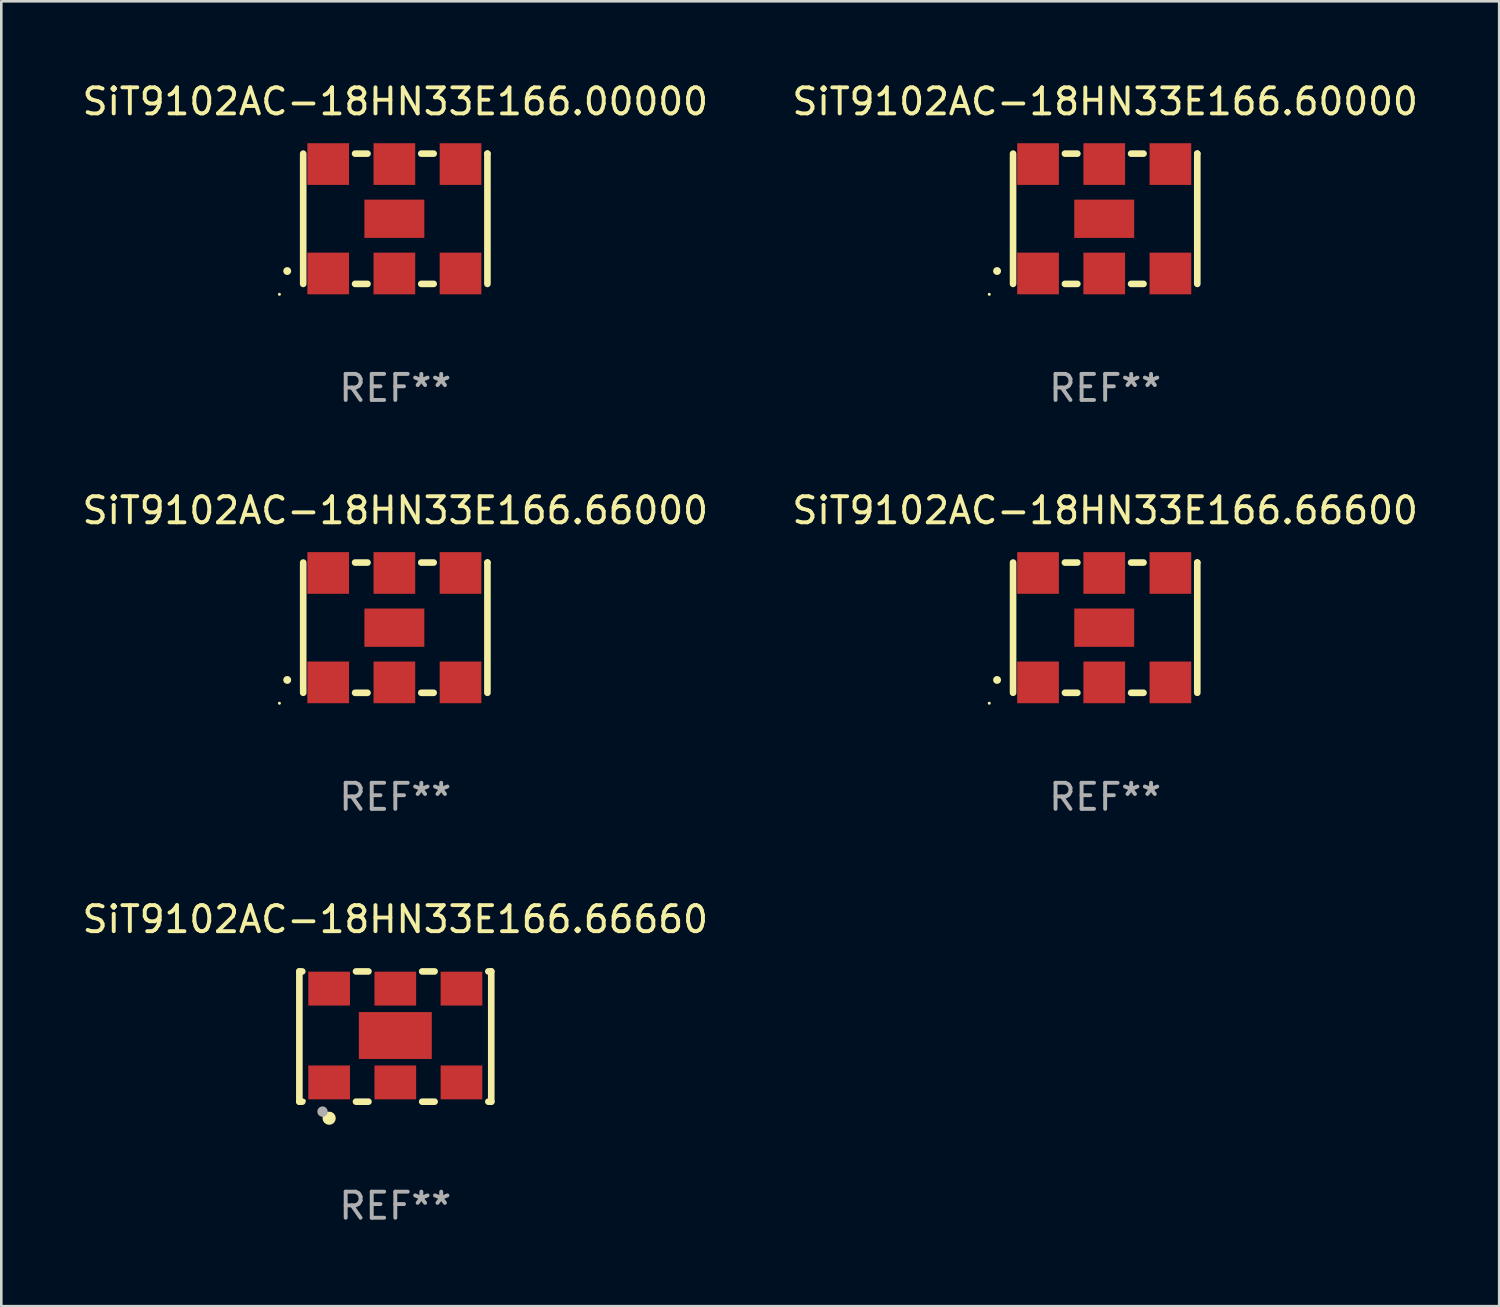
<source format=kicad_pcb>
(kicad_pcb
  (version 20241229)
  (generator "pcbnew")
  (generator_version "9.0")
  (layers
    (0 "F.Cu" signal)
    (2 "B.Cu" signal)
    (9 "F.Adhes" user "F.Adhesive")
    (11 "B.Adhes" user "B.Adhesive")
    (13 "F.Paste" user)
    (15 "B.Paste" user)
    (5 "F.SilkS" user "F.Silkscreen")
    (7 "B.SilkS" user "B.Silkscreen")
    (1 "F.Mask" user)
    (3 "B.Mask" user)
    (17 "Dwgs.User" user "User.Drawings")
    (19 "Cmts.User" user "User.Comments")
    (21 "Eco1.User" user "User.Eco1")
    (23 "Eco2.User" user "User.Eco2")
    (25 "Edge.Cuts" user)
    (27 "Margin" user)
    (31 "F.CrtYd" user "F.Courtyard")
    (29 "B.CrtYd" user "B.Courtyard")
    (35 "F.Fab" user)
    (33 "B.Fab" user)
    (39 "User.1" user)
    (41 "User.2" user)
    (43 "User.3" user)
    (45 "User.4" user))
  (footprint "SiT9102AC-18HN33E166.66660"
    (layer "F.Cu")
    (at 12.125 36.741)
    (property "Reference" "SiT9102AC-18HN33E166.66660" (at 0 -4.5 0) (layer "F.SilkS") (effects (font (size 1 1) (thickness 0.15))))
    (attr through_hole)
    (fp_line (start -3.683 -2.5) (end -3.571 -2.5) (stroke (width 0.254) (type solid)) (layer "F.SilkS"))
    (fp_line (start -3.683 2.5) (end -3.683 -2.5) (stroke (width 0.254) (type solid)) (layer "F.SilkS"))
    (fp_line (start -3.683 2.5) (end -3.571 2.5) (stroke (width 0.254) (type solid)) (layer "F.SilkS"))
    (fp_line (start -1.509 -2.5) (end -1.031 -2.5) (stroke (width 0.254) (type solid)) (layer "F.SilkS"))
    (fp_line (start -1.509 2.5) (end -1.031 2.5) (stroke (width 0.254) (type solid)) (layer "F.SilkS"))
    (fp_line (start 1.031 -2.5) (end 1.509 -2.5) (stroke (width 0.254) (type solid)) (layer "F.SilkS"))
    (fp_line (start 1.031 2.5) (end 1.509 2.5) (stroke (width 0.254) (type solid)) (layer "F.SilkS"))
    (fp_line (start 3.571 -2.5) (end 3.683 -2.5) (stroke (width 0.254) (type solid)) (layer "F.SilkS"))
    (fp_line (start 3.571 2.5) (end 3.683 2.5) (stroke (width 0.254) (type solid)) (layer "F.SilkS"))
    (fp_line (start 3.683 2.5) (end 3.683 -2.5) (stroke (width 0.254) (type solid)) (layer "F.SilkS"))
    (fp_circle (center -3.5 2.46) (end -3.47 2.46) (stroke (width 0.06) (type solid)) (fill no) (layer "F.SilkS"))
    (fp_circle (center -2.54 3.135) (end -2.413 3.135) (stroke (width 0.254) (type solid)) (fill no) (layer "F.SilkS"))
    (fp_circle (center -2.794 2.881) (end -2.694 2.881) (stroke (width 0.2) (type solid)) (fill no) (layer "F.Fab"))
    (fp_text user "REF**" (at 0 6.5 0) (layer "F.Fab") (effects (font (size 1 1) (thickness 0.15))))
    (pad "1" smd rect (at -2.54 1.76) (size 1.6 1.3) (layers "F.Cu" "F.Mask" "F.Paste"))
    (pad "2" smd rect (at 0 1.76) (size 1.6 1.3) (layers "F.Cu" "F.Mask" "F.Paste"))
    (pad "3" smd rect (at 2.54 1.76) (size 1.6 1.3) (layers "F.Cu" "F.Mask" "F.Paste"))
    (pad "4" smd rect (at 2.54 -1.84) (size 1.6 1.3) (layers "F.Cu" "F.Mask" "F.Paste"))
    (pad "5" smd rect (at 0 -1.84) (size 1.6 1.3) (layers "F.Cu" "F.Mask" "F.Paste"))
    (pad "6" smd rect (at -2.54 -1.84) (size 1.6 1.3) (layers "F.Cu" "F.Mask" "F.Paste"))
    (pad "7" smd rect (at 0 -0.04) (size 2.8 1.8) (layers "F.Cu" "F.Mask" "F.Paste")))
  (footprint "SiT9102AC-18HN33E166.66600"
    (layer "F.Cu")
    (at 39.375 21.045)
    (property "Reference" "SiT9102AC-18HN33E166.66600" (at 0 -4.5 0) (layer "F.SilkS") (effects (font (size 1 1) (thickness 0.15))))
    (attr through_hole)
    (fp_line (start -3.536 -2.5) (end -3.536 2.5) (stroke (width 0.254) (type solid)) (layer "F.SilkS"))
    (fp_line (start -1.544 2.5) (end -1.067 2.5) (stroke (width 0.254) (type solid)) (layer "F.SilkS"))
    (fp_line (start -1.067 -2.5) (end -1.544 -2.5) (stroke (width 0.254) (type solid)) (layer "F.SilkS"))
    (fp_line (start 0.996 2.5) (end 1.473 2.5) (stroke (width 0.254) (type solid)) (layer "F.SilkS"))
    (fp_line (start 1.473 -2.5) (end 0.996 -2.5) (stroke (width 0.254) (type solid)) (layer "F.SilkS"))
    (fp_line (start 3.536 -2.5) (end 3.536 -2.5) (stroke (width 0.254) (type solid)) (layer "F.SilkS"))
    (fp_line (start 3.536 2.5) (end 3.536 -2.5) (stroke (width 0.254) (type solid)) (layer "F.SilkS"))
    (fp_arc (start -4.150432 2.006604) (mid -4.149162 2.006599) (end -4.147892 2.006604) (stroke (width 0.3) (type solid)) (layer "F.SilkS"))
    (fp_circle (center -4.449 2.9) (end -4.419 2.9) (stroke (width 0.06) (type solid)) (fill no) (layer "F.SilkS"))
    (fp_text user "REF**" (at 0 6.5 0) (layer "F.Fab") (effects (font (size 1 1) (thickness 0.15))))
    (pad "1" smd rect (at -2.576 2.1) (size 1.6 1.6) (layers "F.Cu" "F.Mask" "F.Paste"))
    (pad "2" smd rect (at -0.036 2.1) (size 1.6 1.6) (layers "F.Cu" "F.Mask" "F.Paste"))
    (pad "3" smd rect (at 2.504 2.1) (size 1.6 1.6) (layers "F.Cu" "F.Mask" "F.Paste"))
    (pad "4" smd rect (at 2.504 -2.1) (size 1.6 1.6) (layers "F.Cu" "F.Mask" "F.Paste"))
    (pad "5" smd rect (at -0.036 -2.1) (size 1.6 1.6) (layers "F.Cu" "F.Mask" "F.Paste"))
    (pad "6" smd rect (at -2.576 -2.1) (size 1.6 1.6) (layers "F.Cu" "F.Mask" "F.Paste"))
    (pad "7" smd rect (at -0.036 0) (size 2.3 1.47) (layers "F.Cu" "F.Mask" "F.Paste")))
  (footprint "SiT9102AC-18HN33E166.00000"
    (layer "F.Cu")
    (at 12.125 5.348)
    (property "Reference" "SiT9102AC-18HN33E166.00000" (at 0 -4.5 0) (layer "F.SilkS") (effects (font (size 1 1) (thickness 0.15))))
    (attr through_hole)
    (fp_line (start -3.536 -2.5) (end -3.536 2.5) (stroke (width 0.254) (type solid)) (layer "F.SilkS"))
    (fp_line (start -1.544 2.5) (end -1.067 2.5) (stroke (width 0.254) (type solid)) (layer "F.SilkS"))
    (fp_line (start -1.067 -2.5) (end -1.544 -2.5) (stroke (width 0.254) (type solid)) (layer "F.SilkS"))
    (fp_line (start 0.996 2.5) (end 1.473 2.5) (stroke (width 0.254) (type solid)) (layer "F.SilkS"))
    (fp_line (start 1.473 -2.5) (end 0.996 -2.5) (stroke (width 0.254) (type solid)) (layer "F.SilkS"))
    (fp_line (start 3.536 -2.5) (end 3.536 -2.5) (stroke (width 0.254) (type solid)) (layer "F.SilkS"))
    (fp_line (start 3.536 2.5) (end 3.536 -2.5) (stroke (width 0.254) (type solid)) (layer "F.SilkS"))
    (fp_arc (start -4.150432 2.006604) (mid -4.149162 2.006599) (end -4.147892 2.006604) (stroke (width 0.3) (type solid)) (layer "F.SilkS"))
    (fp_circle (center -4.449 2.9) (end -4.419 2.9) (stroke (width 0.06) (type solid)) (fill no) (layer "F.SilkS"))
    (fp_text user "REF**" (at 0 6.5 0) (layer "F.Fab") (effects (font (size 1 1) (thickness 0.15))))
    (pad "1" smd rect (at -2.576 2.1) (size 1.6 1.6) (layers "F.Cu" "F.Mask" "F.Paste"))
    (pad "2" smd rect (at -0.036 2.1) (size 1.6 1.6) (layers "F.Cu" "F.Mask" "F.Paste"))
    (pad "3" smd rect (at 2.504 2.1) (size 1.6 1.6) (layers "F.Cu" "F.Mask" "F.Paste"))
    (pad "4" smd rect (at 2.504 -2.1) (size 1.6 1.6) (layers "F.Cu" "F.Mask" "F.Paste"))
    (pad "5" smd rect (at -0.036 -2.1) (size 1.6 1.6) (layers "F.Cu" "F.Mask" "F.Paste"))
    (pad "6" smd rect (at -2.576 -2.1) (size 1.6 1.6) (layers "F.Cu" "F.Mask" "F.Paste"))
    (pad "7" smd rect (at -0.036 0) (size 2.3 1.47) (layers "F.Cu" "F.Mask" "F.Paste")))
  (footprint "SiT9102AC-18HN33E166.66000"
    (layer "F.Cu")
    (at 12.125 21.045)
    (property "Reference" "SiT9102AC-18HN33E166.66000" (at 0 -4.5 0) (layer "F.SilkS") (effects (font (size 1 1) (thickness 0.15))))
    (attr through_hole)
    (fp_line (start -3.536 -2.5) (end -3.536 2.5) (stroke (width 0.254) (type solid)) (layer "F.SilkS"))
    (fp_line (start -1.544 2.5) (end -1.067 2.5) (stroke (width 0.254) (type solid)) (layer "F.SilkS"))
    (fp_line (start -1.067 -2.5) (end -1.544 -2.5) (stroke (width 0.254) (type solid)) (layer "F.SilkS"))
    (fp_line (start 0.996 2.5) (end 1.473 2.5) (stroke (width 0.254) (type solid)) (layer "F.SilkS"))
    (fp_line (start 1.473 -2.5) (end 0.996 -2.5) (stroke (width 0.254) (type solid)) (layer "F.SilkS"))
    (fp_line (start 3.536 -2.5) (end 3.536 -2.5) (stroke (width 0.254) (type solid)) (layer "F.SilkS"))
    (fp_line (start 3.536 2.5) (end 3.536 -2.5) (stroke (width 0.254) (type solid)) (layer "F.SilkS"))
    (fp_arc (start -4.150432 2.006604) (mid -4.149162 2.006599) (end -4.147892 2.006604) (stroke (width 0.3) (type solid)) (layer "F.SilkS"))
    (fp_circle (center -4.449 2.9) (end -4.419 2.9) (stroke (width 0.06) (type solid)) (fill no) (layer "F.SilkS"))
    (fp_text user "REF**" (at 0 6.5 0) (layer "F.Fab") (effects (font (size 1 1) (thickness 0.15))))
    (pad "1" smd rect (at -2.576 2.1) (size 1.6 1.6) (layers "F.Cu" "F.Mask" "F.Paste"))
    (pad "2" smd rect (at -0.036 2.1) (size 1.6 1.6) (layers "F.Cu" "F.Mask" "F.Paste"))
    (pad "3" smd rect (at 2.504 2.1) (size 1.6 1.6) (layers "F.Cu" "F.Mask" "F.Paste"))
    (pad "4" smd rect (at 2.504 -2.1) (size 1.6 1.6) (layers "F.Cu" "F.Mask" "F.Paste"))
    (pad "5" smd rect (at -0.036 -2.1) (size 1.6 1.6) (layers "F.Cu" "F.Mask" "F.Paste"))
    (pad "6" smd rect (at -2.576 -2.1) (size 1.6 1.6) (layers "F.Cu" "F.Mask" "F.Paste"))
    (pad "7" smd rect (at -0.036 0) (size 2.3 1.47) (layers "F.Cu" "F.Mask" "F.Paste")))
  (footprint "SiT9102AC-18HN33E166.60000"
    (layer "F.Cu")
    (at 39.375 5.348)
    (property "Reference" "SiT9102AC-18HN33E166.60000" (at 0 -4.5 0) (layer "F.SilkS") (effects (font (size 1 1) (thickness 0.15))))
    (attr through_hole)
    (fp_line (start -3.536 -2.5) (end -3.536 2.5) (stroke (width 0.254) (type solid)) (layer "F.SilkS"))
    (fp_line (start -1.544 2.5) (end -1.067 2.5) (stroke (width 0.254) (type solid)) (layer "F.SilkS"))
    (fp_line (start -1.067 -2.5) (end -1.544 -2.5) (stroke (width 0.254) (type solid)) (layer "F.SilkS"))
    (fp_line (start 0.996 2.5) (end 1.473 2.5) (stroke (width 0.254) (type solid)) (layer "F.SilkS"))
    (fp_line (start 1.473 -2.5) (end 0.996 -2.5) (stroke (width 0.254) (type solid)) (layer "F.SilkS"))
    (fp_line (start 3.536 -2.5) (end 3.536 -2.5) (stroke (width 0.254) (type solid)) (layer "F.SilkS"))
    (fp_line (start 3.536 2.5) (end 3.536 -2.5) (stroke (width 0.254) (type solid)) (layer "F.SilkS"))
    (fp_arc (start -4.150432 2.006604) (mid -4.149162 2.006599) (end -4.147892 2.006604) (stroke (width 0.3) (type solid)) (layer "F.SilkS"))
    (fp_circle (center -4.449 2.9) (end -4.419 2.9) (stroke (width 0.06) (type solid)) (fill no) (layer "F.SilkS"))
    (fp_text user "REF**" (at 0 6.5 0) (layer "F.Fab") (effects (font (size 1 1) (thickness 0.15))))
    (pad "1" smd rect (at -2.576 2.1) (size 1.6 1.6) (layers "F.Cu" "F.Mask" "F.Paste"))
    (pad "2" smd rect (at -0.036 2.1) (size 1.6 1.6) (layers "F.Cu" "F.Mask" "F.Paste"))
    (pad "3" smd rect (at 2.504 2.1) (size 1.6 1.6) (layers "F.Cu" "F.Mask" "F.Paste"))
    (pad "4" smd rect (at 2.504 -2.1) (size 1.6 1.6) (layers "F.Cu" "F.Mask" "F.Paste"))
    (pad "5" smd rect (at -0.036 -2.1) (size 1.6 1.6) (layers "F.Cu" "F.Mask" "F.Paste"))
    (pad "6" smd rect (at -2.576 -2.1) (size 1.6 1.6) (layers "F.Cu" "F.Mask" "F.Paste"))
    (pad "7" smd rect (at -0.036 0) (size 2.3 1.47) (layers "F.Cu" "F.Mask" "F.Paste")))
  (gr_rect
    (start -3 -3)
    (end 54.5 47.09)
    (stroke (width 0.1) (type default))
    (fill no)
    (layer "Edge.Cuts")))
</source>
